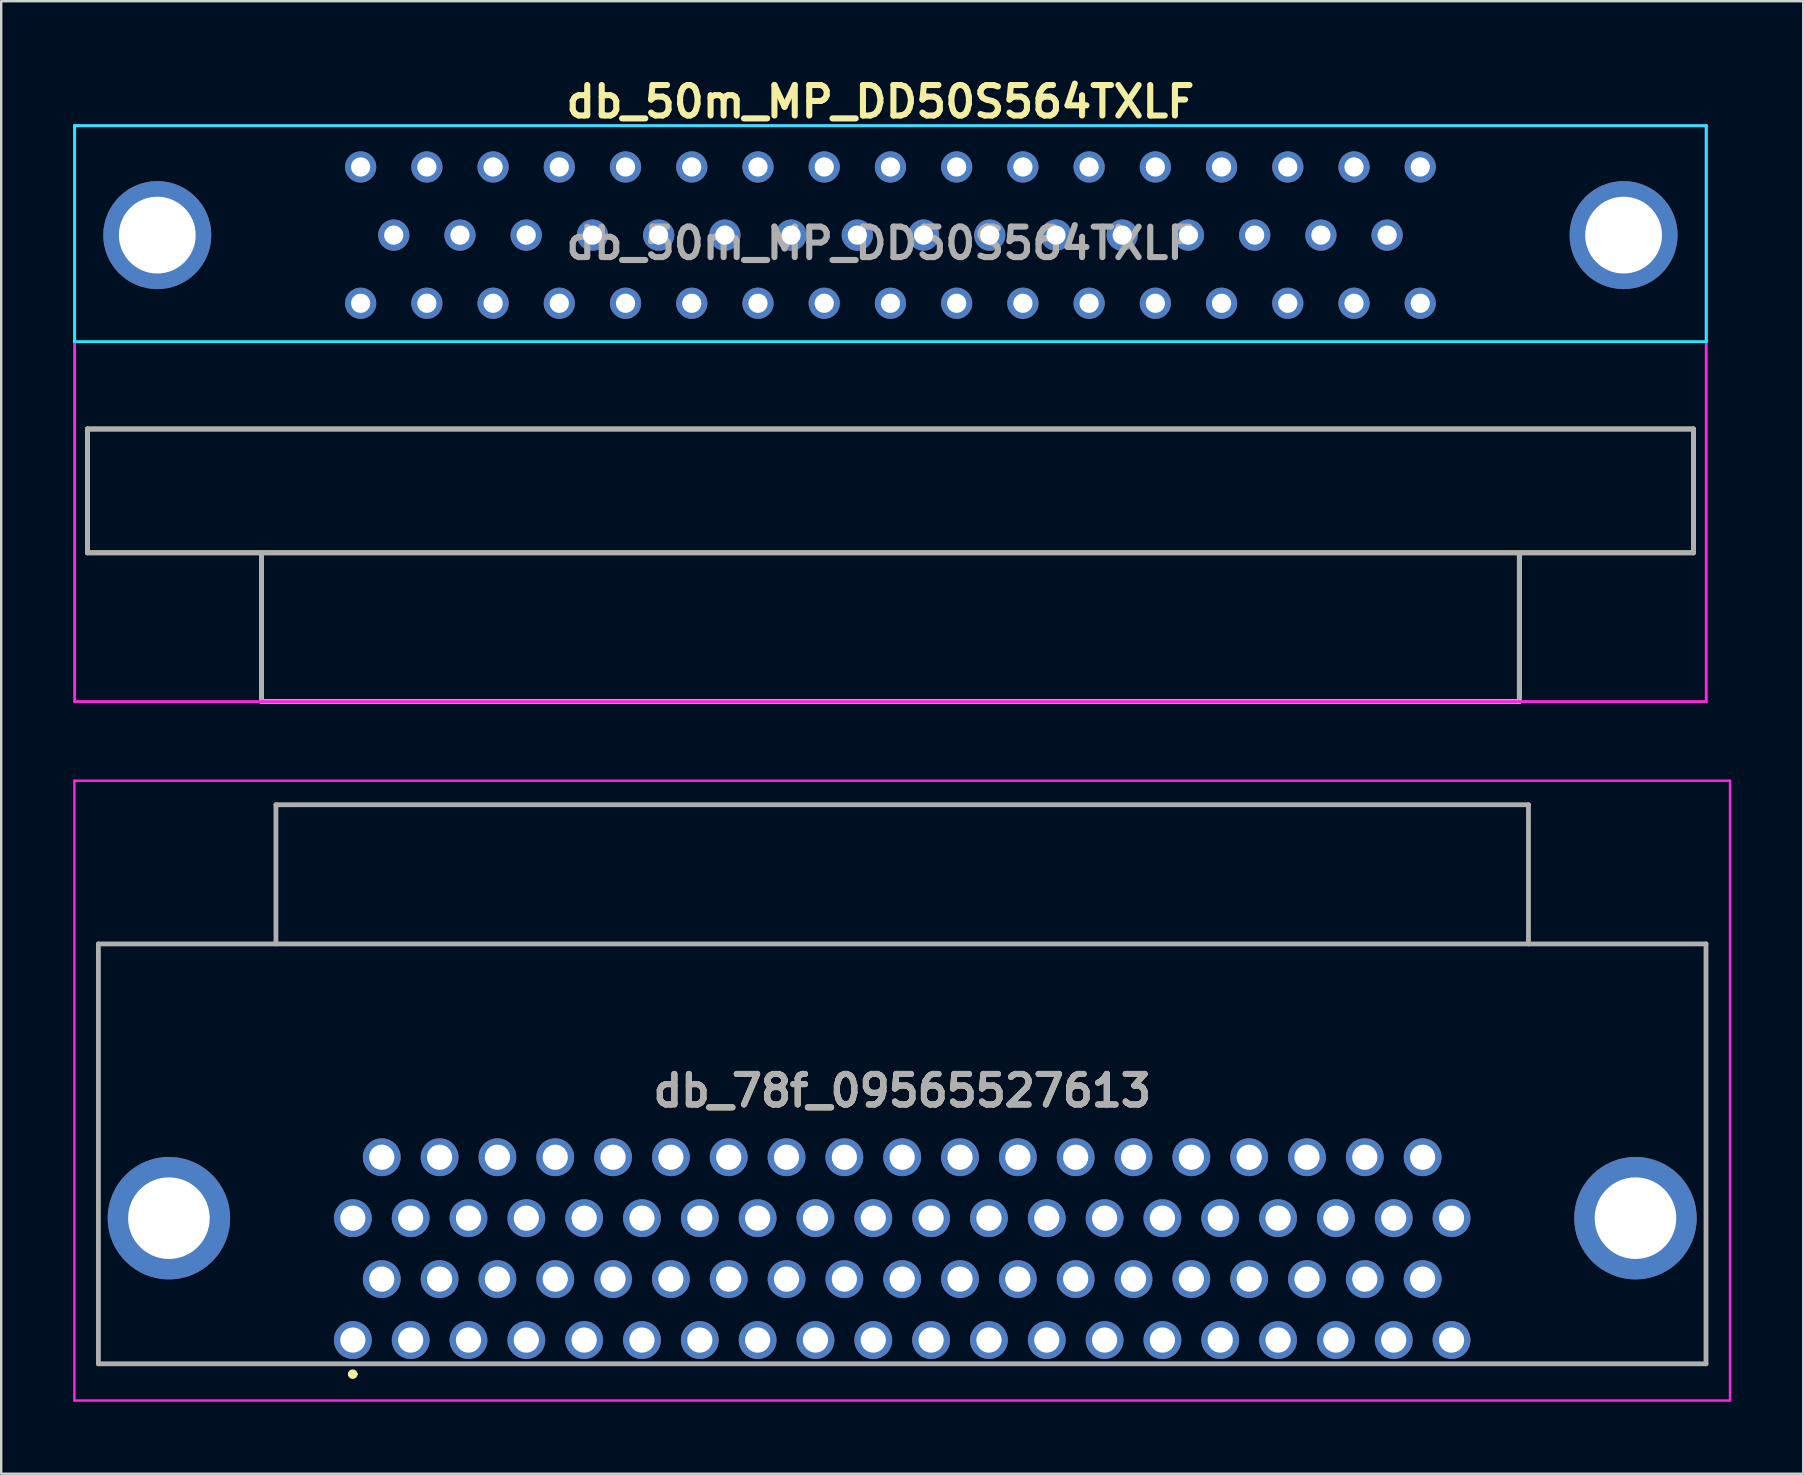
<source format=kicad_pcb>
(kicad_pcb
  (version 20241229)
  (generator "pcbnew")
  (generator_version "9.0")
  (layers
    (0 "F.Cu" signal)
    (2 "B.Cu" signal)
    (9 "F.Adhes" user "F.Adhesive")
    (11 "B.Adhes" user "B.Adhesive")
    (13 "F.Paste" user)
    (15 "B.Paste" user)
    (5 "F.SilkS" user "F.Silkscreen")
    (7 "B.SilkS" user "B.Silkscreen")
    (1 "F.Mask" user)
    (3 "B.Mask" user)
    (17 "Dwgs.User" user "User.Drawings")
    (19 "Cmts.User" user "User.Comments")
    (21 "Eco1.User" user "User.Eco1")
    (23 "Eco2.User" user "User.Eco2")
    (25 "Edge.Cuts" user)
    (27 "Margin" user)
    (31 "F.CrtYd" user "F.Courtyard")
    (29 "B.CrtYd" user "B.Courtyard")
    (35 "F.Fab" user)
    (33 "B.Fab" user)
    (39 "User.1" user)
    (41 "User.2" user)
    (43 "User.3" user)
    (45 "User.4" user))
  (footprint "db_50m_MP_DD50S564TXLF"
    (layer "F.Cu")
    (at 34.06 26.189)
    (property "Reference" "db_50m_MP_DD50S564TXLF" (at -0.42 -25 0) (layer "F.SilkS") (effects (font (size 1.27 1.27) (thickness 0.254))))
    (attr through_hole)
    (fp_line (start -33.465 -11.36) (end -33.465 -6.2) (stroke (width 0.2) (type solid)) (layer "F.SilkS"))
    (fp_line (start -33.465 -11.36) (end 33.465 -11.36) (stroke (width 0.2) (type solid)) (layer "F.SilkS"))
    (fp_line (start -26.21 0) (end -26.21 -6.173) (stroke (width 0.2) (type solid)) (layer "F.SilkS"))
    (fp_line (start 26.21 -6.173) (end 26.21 0) (stroke (width 0.2) (type solid)) (layer "F.SilkS"))
    (fp_line (start 26.21 0) (end -26.21 0) (stroke (width 0.2) (type solid)) (layer "F.SilkS"))
    (fp_line (start 33.465 -11.36) (end 33.465 -6.2) (stroke (width 0.2) (type solid)) (layer "F.SilkS"))
    (fp_line (start 33.465 -6.2) (end -33.465 -6.2) (stroke (width 0.2) (type solid)) (layer "F.SilkS"))
    (fp_line (start -34 -24) (end -34 -15) (stroke (width 0.12) (type solid)) (layer "B.CrtYd"))
    (fp_line (start -34 -15) (end 34 -15) (stroke (width 0.12) (type solid)) (layer "B.CrtYd"))
    (fp_line (start 34 -24) (end -34 -24) (stroke (width 0.12) (type solid)) (layer "B.CrtYd"))
    (fp_line (start 34 -15) (end 34 -24) (stroke (width 0.12) (type solid)) (layer "B.CrtYd"))
    (fp_line (start -34 -24) (end 34 -24) (stroke (width 0.12) (type solid)) (layer "F.CrtYd"))
    (fp_line (start -34 0) (end -34 -24) (stroke (width 0.12) (type solid)) (layer "F.CrtYd"))
    (fp_line (start 34 -24) (end 34 0) (stroke (width 0.12) (type solid)) (layer "F.CrtYd"))
    (fp_line (start 34 0) (end -34 0) (stroke (width 0.12) (type solid)) (layer "F.CrtYd"))
    (fp_line (start -33.465 -11.36) (end -33.465 -6.2) (stroke (width 0.2) (type solid)) (layer "F.Fab"))
    (fp_line (start -33.465 -6.2) (end 33.465 -6.2) (stroke (width 0.2) (type solid)) (layer "F.Fab"))
    (fp_line (start -26.21 -6.173) (end -26.21 0) (stroke (width 0.2) (type solid)) (layer "F.Fab"))
    (fp_line (start -26.21 0) (end 26.21 0) (stroke (width 0.2) (type solid)) (layer "F.Fab"))
    (fp_line (start 26.21 0) (end 26.21 -6.173) (stroke (width 0.2) (type solid)) (layer "F.Fab"))
    (fp_line (start 33.465 -11.36) (end -33.465 -11.36) (stroke (width 0.2) (type solid)) (layer "F.Fab"))
    (fp_line (start 33.465 -6.2) (end 33.465 -11.36) (stroke (width 0.2) (type solid)) (layer "F.Fab"))
    (fp_text user "${REFERENCE}" (at -0.42 -19.099 0) (layer "F.Fab") (effects (font (size 1.27 1.27) (thickness 0.254))))
    (pad "1" thru_hole circle (at -22.08 -22.28) (size 1.3 1.3) (drill 0.8) (layers "*.Cu" "*.Mask"))
    (pad "2" thru_hole circle (at -19.32 -22.28) (size 1.3 1.3) (drill 0.8) (layers "*.Cu" "*.Mask"))
    (pad "3" thru_hole circle (at -16.56 -22.28) (size 1.3 1.3) (drill 0.8) (layers "*.Cu" "*.Mask"))
    (pad "4" thru_hole circle (at -13.8 -22.28) (size 1.3 1.3) (drill 0.8) (layers "*.Cu" "*.Mask"))
    (pad "5" thru_hole circle (at -11.04 -22.28) (size 1.3 1.3) (drill 0.8) (layers "*.Cu" "*.Mask"))
    (pad "6" thru_hole circle (at -8.28 -22.28) (size 1.3 1.3) (drill 0.8) (layers "*.Cu" "*.Mask"))
    (pad "7" thru_hole circle (at -5.52 -22.28) (size 1.3 1.3) (drill 0.8) (layers "*.Cu" "*.Mask"))
    (pad "8" thru_hole circle (at -2.76 -22.28) (size 1.3 1.3) (drill 0.8) (layers "*.Cu" "*.Mask"))
    (pad "9" thru_hole circle (at 0 -22.28) (size 1.3 1.3) (drill 0.8) (layers "*.Cu" "*.Mask"))
    (pad "10" thru_hole circle (at 2.76 -22.28) (size 1.3 1.3) (drill 0.8) (layers "*.Cu" "*.Mask"))
    (pad "11" thru_hole circle (at 5.52 -22.28) (size 1.3 1.3) (drill 0.8) (layers "*.Cu" "*.Mask"))
    (pad "12" thru_hole circle (at 8.28 -22.28) (size 1.3 1.3) (drill 0.8) (layers "*.Cu" "*.Mask"))
    (pad "13" thru_hole circle (at 11.04 -22.28) (size 1.3 1.3) (drill 0.8) (layers "*.Cu" "*.Mask"))
    (pad "14" thru_hole circle (at 13.8 -22.28) (size 1.3 1.3) (drill 0.8) (layers "*.Cu" "*.Mask"))
    (pad "15" thru_hole circle (at 16.56 -22.28) (size 1.3 1.3) (drill 0.8) (layers "*.Cu" "*.Mask"))
    (pad "16" thru_hole circle (at 19.32 -22.28) (size 1.3 1.3) (drill 0.8) (layers "*.Cu" "*.Mask"))
    (pad "17" thru_hole circle (at 22.08 -22.28) (size 1.3 1.3) (drill 0.8) (layers "*.Cu" "*.Mask"))
    (pad "18" thru_hole circle (at -20.7 -19.44) (size 1.3 1.3) (drill 0.8) (layers "*.Cu" "*.Mask"))
    (pad "19" thru_hole circle (at -17.94 -19.44) (size 1.3 1.3) (drill 0.8) (layers "*.Cu" "*.Mask"))
    (pad "20" thru_hole circle (at -15.18 -19.44) (size 1.3 1.3) (drill 0.8) (layers "*.Cu" "*.Mask"))
    (pad "21" thru_hole circle (at -12.42 -19.44) (size 1.3 1.3) (drill 0.8) (layers "*.Cu" "*.Mask"))
    (pad "22" thru_hole circle (at -9.66 -19.44) (size 1.3 1.3) (drill 0.8) (layers "*.Cu" "*.Mask"))
    (pad "23" thru_hole circle (at -6.9 -19.44) (size 1.3 1.3) (drill 0.8) (layers "*.Cu" "*.Mask"))
    (pad "24" thru_hole circle (at -4.14 -19.44) (size 1.3 1.3) (drill 0.8) (layers "*.Cu" "*.Mask"))
    (pad "25" thru_hole circle (at -1.38 -19.44) (size 1.3 1.3) (drill 0.8) (layers "*.Cu" "*.Mask"))
    (pad "26" thru_hole circle (at 1.38 -19.44) (size 1.3 1.3) (drill 0.8) (layers "*.Cu" "*.Mask"))
    (pad "27" thru_hole circle (at 4.14 -19.44) (size 1.3 1.3) (drill 0.8) (layers "*.Cu" "*.Mask"))
    (pad "28" thru_hole circle (at 6.9 -19.44) (size 1.3 1.3) (drill 0.8) (layers "*.Cu" "*.Mask"))
    (pad "29" thru_hole circle (at 9.66 -19.44) (size 1.3 1.3) (drill 0.8) (layers "*.Cu" "*.Mask"))
    (pad "30" thru_hole circle (at 12.42 -19.44) (size 1.3 1.3) (drill 0.8) (layers "*.Cu" "*.Mask"))
    (pad "31" thru_hole circle (at 15.18 -19.44) (size 1.3 1.3) (drill 0.8) (layers "*.Cu" "*.Mask"))
    (pad "32" thru_hole circle (at 17.94 -19.44) (size 1.3 1.3) (drill 0.8) (layers "*.Cu" "*.Mask"))
    (pad "33" thru_hole circle (at 20.7 -19.44) (size 1.3 1.3) (drill 0.8) (layers "*.Cu" "*.Mask"))
    (pad "34" thru_hole circle (at -22.08 -16.6) (size 1.3 1.3) (drill 0.8) (layers "*.Cu" "*.Mask"))
    (pad "35" thru_hole circle (at -19.32 -16.6) (size 1.3 1.3) (drill 0.8) (layers "*.Cu" "*.Mask"))
    (pad "36" thru_hole circle (at -16.56 -16.6) (size 1.3 1.3) (drill 0.8) (layers "*.Cu" "*.Mask"))
    (pad "37" thru_hole circle (at -13.8 -16.6) (size 1.3 1.3) (drill 0.8) (layers "*.Cu" "*.Mask"))
    (pad "38" thru_hole circle (at -11.04 -16.6) (size 1.3 1.3) (drill 0.8) (layers "*.Cu" "*.Mask"))
    (pad "39" thru_hole circle (at -8.28 -16.6) (size 1.3 1.3) (drill 0.8) (layers "*.Cu" "*.Mask"))
    (pad "40" thru_hole circle (at -5.52 -16.6) (size 1.3 1.3) (drill 0.8) (layers "*.Cu" "*.Mask"))
    (pad "41" thru_hole circle (at -2.76 -16.6) (size 1.3 1.3) (drill 0.8) (layers "*.Cu" "*.Mask"))
    (pad "42" thru_hole circle (at 0 -16.6) (size 1.3 1.3) (drill 0.8) (layers "*.Cu" "*.Mask"))
    (pad "43" thru_hole circle (at 2.76 -16.6) (size 1.3 1.3) (drill 0.8) (layers "*.Cu" "*.Mask"))
    (pad "44" thru_hole circle (at 5.52 -16.6) (size 1.3 1.3) (drill 0.8) (layers "*.Cu" "*.Mask"))
    (pad "45" thru_hole circle (at 8.28 -16.6) (size 1.3 1.3) (drill 0.8) (layers "*.Cu" "*.Mask"))
    (pad "46" thru_hole circle (at 11.04 -16.6) (size 1.3 1.3) (drill 0.8) (layers "*.Cu" "*.Mask"))
    (pad "47" thru_hole circle (at 13.8 -16.6) (size 1.3 1.3) (drill 0.8) (layers "*.Cu" "*.Mask"))
    (pad "48" thru_hole circle (at 16.56 -16.6) (size 1.3 1.3) (drill 0.8) (layers "*.Cu" "*.Mask"))
    (pad "49" thru_hole circle (at 19.32 -16.6) (size 1.3 1.3) (drill 0.8) (layers "*.Cu" "*.Mask"))
    (pad "50" thru_hole circle (at 22.08 -16.6) (size 1.3 1.3) (drill 0.8) (layers "*.Cu" "*.Mask"))
    (pad "MP" thru_hole circle (at -30.555 -19.44) (size 4.5 4.5) (drill 3.2) (layers "*.Cu" "*.Mask"))
    (pad "MP" thru_hole circle (at 30.555 -19.44) (size 4.5 4.5) (drill 3.2) (layers "*.Cu" "*.Mask")))
  (footprint "db_78f_09565527613"
    (layer "F.Cu")
    (at 34.55 42.404)
    (property "Reference" "db_78f_09565527613" (at 0 0 0) (layer "F.SilkS") (effects (font (size 1.27 1.27) (thickness 0.254))))
    (attr through_hole)
    (fp_line (start -33.5 -6.115) (end 33.5 -6.115) (stroke (width 0.1) (type solid)) (layer "F.SilkS"))
    (fp_line (start -33.5 11.385) (end -33.5 -6.115) (stroke (width 0.1) (type solid)) (layer "F.SilkS"))
    (fp_line (start -23 11.815) (end -23 11.815) (stroke (width 0.2) (type solid)) (layer "F.SilkS"))
    (fp_line (start -22.8 11.815) (end -22.8 11.815) (stroke (width 0.2) (type solid)) (layer "F.SilkS"))
    (fp_line (start 33.5 -6.115) (end 33.5 11.385) (stroke (width 0.1) (type solid)) (layer "F.SilkS"))
    (fp_line (start 33.5 11.385) (end -33.5 11.385) (stroke (width 0.1) (type solid)) (layer "F.SilkS"))
    (fp_arc (start -23 11.815) (mid -22.9 11.715) (end -22.8 11.815) (stroke (width 0.2) (type solid)) (layer "F.SilkS"))
    (fp_arc (start -22.8 11.815) (mid -22.9 11.915) (end -23 11.815) (stroke (width 0.2) (type solid)) (layer "F.SilkS"))
    (fp_line (start -34.5 -12.915) (end 34.5 -12.915) (stroke (width 0.1) (type solid)) (layer "F.CrtYd"))
    (fp_line (start -34.5 12.915) (end -34.5 -12.915) (stroke (width 0.1) (type solid)) (layer "F.CrtYd"))
    (fp_line (start 34.5 -12.915) (end 34.5 12.915) (stroke (width 0.1) (type solid)) (layer "F.CrtYd"))
    (fp_line (start 34.5 12.915) (end -34.5 12.915) (stroke (width 0.1) (type solid)) (layer "F.CrtYd"))
    (fp_line (start -33.5 -6.115) (end 33.5 -6.115) (stroke (width 0.2) (type solid)) (layer "F.Fab"))
    (fp_line (start -33.5 11.385) (end -33.5 -6.115) (stroke (width 0.2) (type solid)) (layer "F.Fab"))
    (fp_line (start -26.1 -11.915) (end 26.1 -11.915) (stroke (width 0.2) (type solid)) (layer "F.Fab"))
    (fp_line (start -26.1 -6.115) (end -26.1 -11.915) (stroke (width 0.2) (type solid)) (layer "F.Fab"))
    (fp_line (start 26.1 -11.915) (end 26.1 -6.115) (stroke (width 0.2) (type solid)) (layer "F.Fab"))
    (fp_line (start 33.5 -6.115) (end 33.5 11.385) (stroke (width 0.2) (type solid)) (layer "F.Fab"))
    (fp_line (start 33.5 11.385) (end -33.5 11.385) (stroke (width 0.2) (type solid)) (layer "F.Fab"))
    (fp_text user "${REFERENCE}" (at 0 0 0) (layer "F.Fab") (effects (font (size 1.27 1.27) (thickness 0.254))))
    (pad "0" thru_hole circle (at -30.56 5.315) (size 5.1 5.1) (drill 3.4) (layers "*.Cu" "*.Mask"))
    (pad "0" thru_hole circle (at 30.56 5.315) (size 5.1 5.1) (drill 3.4) (layers "*.Cu" "*.Mask"))
    (pad "1" thru_hole circle (at -22.895 10.395) (size 1.575 1.575) (drill 1.05) (layers "*.Cu" "*.Mask"))
    (pad "2" thru_hole circle (at -20.485 10.395) (size 1.575 1.575) (drill 1.05) (layers "*.Cu" "*.Mask"))
    (pad "3" thru_hole circle (at -18.075 10.395) (size 1.575 1.575) (drill 1.05) (layers "*.Cu" "*.Mask"))
    (pad "4" thru_hole circle (at -15.665 10.395) (size 1.575 1.575) (drill 1.05) (layers "*.Cu" "*.Mask"))
    (pad "5" thru_hole circle (at -13.255 10.395) (size 1.575 1.575) (drill 1.05) (layers "*.Cu" "*.Mask"))
    (pad "6" thru_hole circle (at -10.845 10.395) (size 1.575 1.575) (drill 1.05) (layers "*.Cu" "*.Mask"))
    (pad "7" thru_hole circle (at -8.435 10.395) (size 1.575 1.575) (drill 1.05) (layers "*.Cu" "*.Mask"))
    (pad "8" thru_hole circle (at -6.025 10.395) (size 1.575 1.575) (drill 1.05) (layers "*.Cu" "*.Mask"))
    (pad "9" thru_hole circle (at -3.615 10.395) (size 1.575 1.575) (drill 1.05) (layers "*.Cu" "*.Mask"))
    (pad "10" thru_hole circle (at -1.205 10.395) (size 1.575 1.575) (drill 1.05) (layers "*.Cu" "*.Mask"))
    (pad "11" thru_hole circle (at 1.205 10.395) (size 1.575 1.575) (drill 1.05) (layers "*.Cu" "*.Mask"))
    (pad "12" thru_hole circle (at 3.615 10.395) (size 1.575 1.575) (drill 1.05) (layers "*.Cu" "*.Mask"))
    (pad "13" thru_hole circle (at 6.025 10.395) (size 1.575 1.575) (drill 1.05) (layers "*.Cu" "*.Mask"))
    (pad "14" thru_hole circle (at 8.435 10.395) (size 1.575 1.575) (drill 1.05) (layers "*.Cu" "*.Mask"))
    (pad "15" thru_hole circle (at 10.845 10.395) (size 1.575 1.575) (drill 1.05) (layers "*.Cu" "*.Mask"))
    (pad "16" thru_hole circle (at 13.255 10.395) (size 1.575 1.575) (drill 1.05) (layers "*.Cu" "*.Mask"))
    (pad "17" thru_hole circle (at 15.665 10.395) (size 1.575 1.575) (drill 1.05) (layers "*.Cu" "*.Mask"))
    (pad "18" thru_hole circle (at 18.075 10.395) (size 1.575 1.575) (drill 1.05) (layers "*.Cu" "*.Mask"))
    (pad "19" thru_hole circle (at 20.485 10.395) (size 1.575 1.575) (drill 1.05) (layers "*.Cu" "*.Mask"))
    (pad "20" thru_hole circle (at 22.895 10.395) (size 1.575 1.575) (drill 1.05) (layers "*.Cu" "*.Mask"))
    (pad "21" thru_hole circle (at -21.69 7.855) (size 1.575 1.575) (drill 1.05) (layers "*.Cu" "*.Mask"))
    (pad "22" thru_hole circle (at -19.28 7.855) (size 1.575 1.575) (drill 1.05) (layers "*.Cu" "*.Mask"))
    (pad "23" thru_hole circle (at -16.87 7.855) (size 1.575 1.575) (drill 1.05) (layers "*.Cu" "*.Mask"))
    (pad "24" thru_hole circle (at -14.46 7.855) (size 1.575 1.575) (drill 1.05) (layers "*.Cu" "*.Mask"))
    (pad "25" thru_hole circle (at -12.05 7.855) (size 1.575 1.575) (drill 1.05) (layers "*.Cu" "*.Mask"))
    (pad "26" thru_hole circle (at -9.64 7.855) (size 1.575 1.575) (drill 1.05) (layers "*.Cu" "*.Mask"))
    (pad "27" thru_hole circle (at -7.23 7.855) (size 1.575 1.575) (drill 1.05) (layers "*.Cu" "*.Mask"))
    (pad "28" thru_hole circle (at -4.82 7.855) (size 1.575 1.575) (drill 1.05) (layers "*.Cu" "*.Mask"))
    (pad "29" thru_hole circle (at -2.41 7.855) (size 1.575 1.575) (drill 1.05) (layers "*.Cu" "*.Mask"))
    (pad "30" thru_hole circle (at 0 7.855) (size 1.575 1.575) (drill 1.05) (layers "*.Cu" "*.Mask"))
    (pad "31" thru_hole circle (at 2.41 7.855) (size 1.575 1.575) (drill 1.05) (layers "*.Cu" "*.Mask"))
    (pad "32" thru_hole circle (at 4.82 7.855) (size 1.575 1.575) (drill 1.05) (layers "*.Cu" "*.Mask"))
    (pad "33" thru_hole circle (at 7.23 7.855) (size 1.575 1.575) (drill 1.05) (layers "*.Cu" "*.Mask"))
    (pad "34" thru_hole circle (at 9.64 7.855) (size 1.575 1.575) (drill 1.05) (layers "*.Cu" "*.Mask"))
    (pad "35" thru_hole circle (at 12.05 7.855) (size 1.575 1.575) (drill 1.05) (layers "*.Cu" "*.Mask"))
    (pad "36" thru_hole circle (at 14.46 7.855) (size 1.575 1.575) (drill 1.05) (layers "*.Cu" "*.Mask"))
    (pad "37" thru_hole circle (at 16.87 7.855) (size 1.575 1.575) (drill 1.05) (layers "*.Cu" "*.Mask"))
    (pad "38" thru_hole circle (at 19.28 7.855) (size 1.575 1.575) (drill 1.05) (layers "*.Cu" "*.Mask"))
    (pad "39" thru_hole circle (at 21.69 7.855) (size 1.575 1.575) (drill 1.05) (layers "*.Cu" "*.Mask"))
    (pad "40" thru_hole circle (at -22.895 5.315) (size 1.575 1.575) (drill 1.05) (layers "*.Cu" "*.Mask"))
    (pad "41" thru_hole circle (at -20.485 5.315) (size 1.575 1.575) (drill 1.05) (layers "*.Cu" "*.Mask"))
    (pad "42" thru_hole circle (at -18.075 5.315) (size 1.575 1.575) (drill 1.05) (layers "*.Cu" "*.Mask"))
    (pad "43" thru_hole circle (at -15.665 5.315) (size 1.575 1.575) (drill 1.05) (layers "*.Cu" "*.Mask"))
    (pad "44" thru_hole circle (at -13.255 5.315) (size 1.575 1.575) (drill 1.05) (layers "*.Cu" "*.Mask"))
    (pad "45" thru_hole circle (at -10.845 5.315) (size 1.575 1.575) (drill 1.05) (layers "*.Cu" "*.Mask"))
    (pad "46" thru_hole circle (at -8.435 5.315) (size 1.575 1.575) (drill 1.05) (layers "*.Cu" "*.Mask"))
    (pad "47" thru_hole circle (at -6.025 5.315) (size 1.575 1.575) (drill 1.05) (layers "*.Cu" "*.Mask"))
    (pad "48" thru_hole circle (at -3.615 5.315) (size 1.575 1.575) (drill 1.05) (layers "*.Cu" "*.Mask"))
    (pad "49" thru_hole circle (at -1.205 5.315) (size 1.575 1.575) (drill 1.05) (layers "*.Cu" "*.Mask"))
    (pad "50" thru_hole circle (at 1.205 5.315) (size 1.575 1.575) (drill 1.05) (layers "*.Cu" "*.Mask"))
    (pad "51" thru_hole circle (at 3.615 5.315) (size 1.575 1.575) (drill 1.05) (layers "*.Cu" "*.Mask"))
    (pad "52" thru_hole circle (at 6.025 5.315) (size 1.575 1.575) (drill 1.05) (layers "*.Cu" "*.Mask"))
    (pad "53" thru_hole circle (at 8.435 5.315) (size 1.575 1.575) (drill 1.05) (layers "*.Cu" "*.Mask"))
    (pad "54" thru_hole circle (at 10.845 5.315) (size 1.575 1.575) (drill 1.05) (layers "*.Cu" "*.Mask"))
    (pad "55" thru_hole circle (at 13.255 5.315) (size 1.575 1.575) (drill 1.05) (layers "*.Cu" "*.Mask"))
    (pad "56" thru_hole circle (at 15.665 5.315) (size 1.575 1.575) (drill 1.05) (layers "*.Cu" "*.Mask"))
    (pad "57" thru_hole circle (at 18.075 5.315) (size 1.575 1.575) (drill 1.05) (layers "*.Cu" "*.Mask"))
    (pad "58" thru_hole circle (at 20.485 5.315) (size 1.575 1.575) (drill 1.05) (layers "*.Cu" "*.Mask"))
    (pad "59" thru_hole circle (at 22.895 5.315) (size 1.575 1.575) (drill 1.05) (layers "*.Cu" "*.Mask"))
    (pad "60" thru_hole circle (at -21.69 2.775) (size 1.575 1.575) (drill 1.05) (layers "*.Cu" "*.Mask"))
    (pad "61" thru_hole circle (at -19.28 2.775) (size 1.575 1.575) (drill 1.05) (layers "*.Cu" "*.Mask"))
    (pad "62" thru_hole circle (at -16.87 2.775) (size 1.575 1.575) (drill 1.05) (layers "*.Cu" "*.Mask"))
    (pad "63" thru_hole circle (at -14.46 2.775) (size 1.575 1.575) (drill 1.05) (layers "*.Cu" "*.Mask"))
    (pad "64" thru_hole circle (at -12.05 2.775) (size 1.575 1.575) (drill 1.05) (layers "*.Cu" "*.Mask"))
    (pad "65" thru_hole circle (at -9.64 2.775) (size 1.575 1.575) (drill 1.05) (layers "*.Cu" "*.Mask"))
    (pad "66" thru_hole circle (at -7.23 2.775) (size 1.575 1.575) (drill 1.05) (layers "*.Cu" "*.Mask"))
    (pad "67" thru_hole circle (at -4.82 2.775) (size 1.575 1.575) (drill 1.05) (layers "*.Cu" "*.Mask"))
    (pad "68" thru_hole circle (at -2.41 2.775) (size 1.575 1.575) (drill 1.05) (layers "*.Cu" "*.Mask"))
    (pad "69" thru_hole circle (at 0 2.775) (size 1.575 1.575) (drill 1.05) (layers "*.Cu" "*.Mask"))
    (pad "70" thru_hole circle (at 2.41 2.775) (size 1.575 1.575) (drill 1.05) (layers "*.Cu" "*.Mask"))
    (pad "71" thru_hole circle (at 4.82 2.775) (size 1.575 1.575) (drill 1.05) (layers "*.Cu" "*.Mask"))
    (pad "72" thru_hole circle (at 7.23 2.775) (size 1.575 1.575) (drill 1.05) (layers "*.Cu" "*.Mask"))
    (pad "73" thru_hole circle (at 9.64 2.775) (size 1.575 1.575) (drill 1.05) (layers "*.Cu" "*.Mask"))
    (pad "74" thru_hole circle (at 12.05 2.775) (size 1.575 1.575) (drill 1.05) (layers "*.Cu" "*.Mask"))
    (pad "75" thru_hole circle (at 14.46 2.775) (size 1.575 1.575) (drill 1.05) (layers "*.Cu" "*.Mask"))
    (pad "76" thru_hole circle (at 16.87 2.775) (size 1.575 1.575) (drill 1.05) (layers "*.Cu" "*.Mask"))
    (pad "77" thru_hole circle (at 19.28 2.775) (size 1.575 1.575) (drill 1.05) (layers "*.Cu" "*.Mask"))
    (pad "78" thru_hole circle (at 21.69 2.775) (size 1.575 1.575) (drill 1.05) (layers "*.Cu" "*.Mask")))
  (gr_rect
    (start -3 -3)
    (end 72.1 58.369)
    (stroke (width 0.1) (type default))
    (fill no)
    (layer "Edge.Cuts")))
</source>
